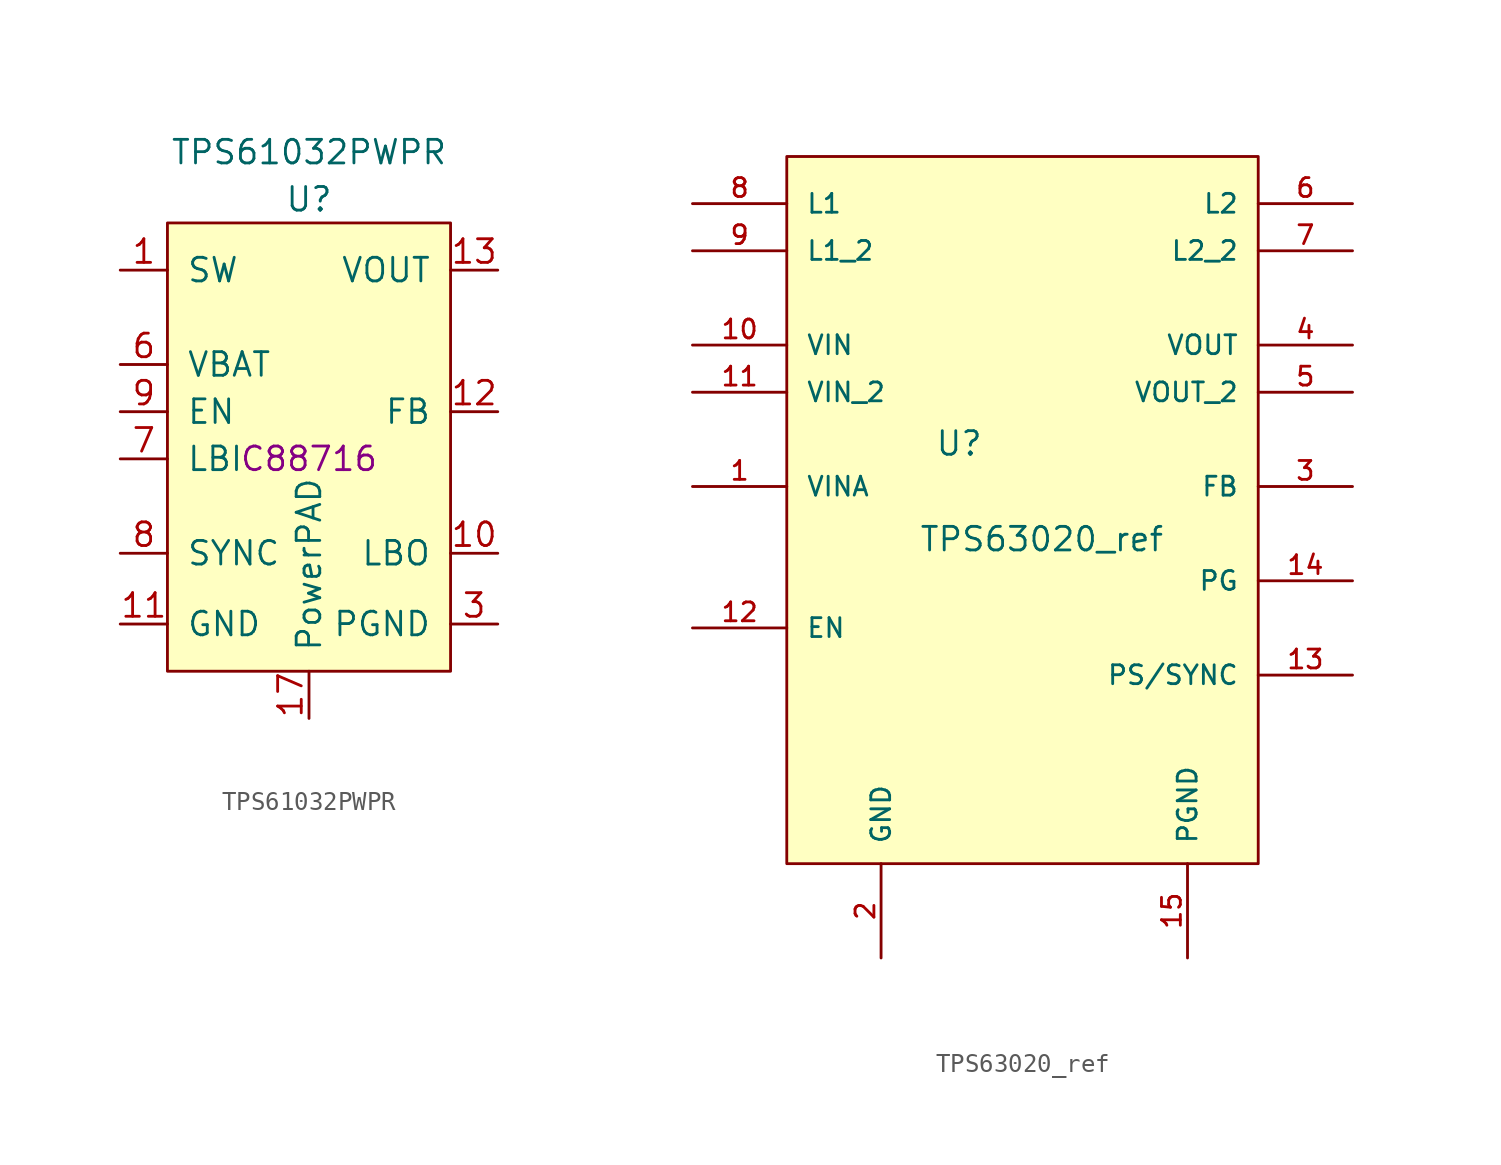
<source format=kicad_sym>
(kicad_symbol_lib
  (version 20211014)
  (generator kicad_symbol_editor)
  (symbol "TPS61032PWPR"
    (pin_names
      (offset 1.016))
    (property "Reference" "U"
      (at 0 13.97 0)
      (effects (font (size 1.27 1.27))))
    (property "Value" "TPS61032PWPR"
      (at 0 16.51 0)
      (effects (font (size 1.27 1.27))))
    (property "#LCSC" "C88716"
      (at 0 0 0)
      (effects (font (size 1.27 1.27))))
    (symbol "TPS61032PWPR_0_0"
      (pin no_connect line (at 10.16 6.35 180) (length 2.54) hide (name "NC" (effects (font (size 1.27 1.27)))) (number "16" (effects (font (size 1.27 1.27))))))
    (symbol "TPS61032PWPR_0_1"
      (rectangle (start -7.62 12.7) (end 7.62 -11.43) (stroke (width 0) (type default) (color 0 0 0 0)) (fill (type background))))
    (symbol "TPS61032PWPR_1_1"
      (pin input line (at -10.16 10.16 0) (length 2.54) (name "SW" (effects (font (size 1.27 1.27)))) (number "1" (effects (font (size 1.27 1.27)))))
      (pin output line (at 10.16 -5.08 180) (length 2.54) (name "LBO" (effects (font (size 1.27 1.27)))) (number "10" (effects (font (size 1.27 1.27)))))
      (pin power_in line (at -10.16 -8.89 0) (length 2.54) (name "GND" (effects (font (size 1.27 1.27)))) (number "11" (effects (font (size 1.27 1.27)))))
      (pin input line (at 10.16 2.54 180) (length 2.54) (name "FB" (effects (font (size 1.27 1.27)))) (number "12" (effects (font (size 1.27 1.27)))))
      (pin power_out line (at 10.16 10.16 180) (length 2.54) (name "VOUT" (effects (font (size 1.27 1.27)))) (number "13" (effects (font (size 1.27 1.27)))))
      (pin passive line (at 10.16 10.16 180) (length 2.54) hide (name "VOUT" (effects (font (size 1.27 1.27)))) (number "14" (effects (font (size 1.27 1.27)))))
      (pin passive line (at 10.16 10.16 180) (length 2.54) hide (name "VOUT" (effects (font (size 1.27 1.27)))) (number "15" (effects (font (size 1.27 1.27)))))
      (pin power_in line (at 0 -13.97 90) (length 2.54) (name "PowerPAD" (effects (font (size 1.27 1.27)))) (number "17" (effects (font (size 1.27 1.27)))))
      (pin input line (at -10.16 10.16 0) (length 2.54) hide (name "SW" (effects (font (size 1.27 1.27)))) (number "2" (effects (font (size 1.27 1.27)))))
      (pin power_in line (at 10.16 -8.89 180) (length 2.54) (name "PGND" (effects (font (size 1.27 1.27)))) (number "3" (effects (font (size 1.27 1.27)))))
      (pin passive line (at 10.16 -8.89 180) (length 2.54) hide (name "PGND" (effects (font (size 1.27 1.27)))) (number "4" (effects (font (size 1.27 1.27)))))
      (pin passive line (at 10.16 -8.89 180) (length 2.54) hide (name "PGND" (effects (font (size 1.27 1.27)))) (number "5" (effects (font (size 1.27 1.27)))))
      (pin power_in line (at -10.16 5.08 0) (length 2.54) (name "VBAT" (effects (font (size 1.27 1.27)))) (number "6" (effects (font (size 1.27 1.27)))))
      (pin input line (at -10.16 0 0) (length 2.54) (name "LBI" (effects (font (size 1.27 1.27)))) (number "7" (effects (font (size 1.27 1.27)))))
      (pin input line (at -10.16 -5.08 0) (length 2.54) (name "SYNC" (effects (font (size 1.27 1.27)))) (number "8" (effects (font (size 1.27 1.27)))))
      (pin input line (at -10.16 2.54 0) (length 2.54) (name "EN" (effects (font (size 1.27 1.27)))) (number "9" (effects (font (size 1.27 1.27)))))))
  (symbol "TPS63020_ref"
    (pin_names
      (offset 1.016))
    (property "Reference" "U"
      (at -4.724 4.115 0)
      (effects (font (size 1.27 1.27)) (justify left bottom)))
    (property "Value" "TPS63020_ref"
      (at -5.588 -1.041 0)
      (effects (font (size 1.27 1.27)) (justify left bottom)))
    (symbol "TPS63020_ref_0_0"
      (rectangle (start -12.7 -17.78) (end 12.7 20.32) (stroke (width 0.152) (type default) (color 0 0 0 0)) (fill (type background)))
      (pin bidirectional line (at -17.78 2.54 0) (length 5.08) (name "VINA" (effects (font (size 1.016 1.016)))) (number "1" (effects (font (size 1.016 1.016)))))
      (pin bidirectional line (at -17.78 10.16 0) (length 5.08) (name "VIN" (effects (font (size 1.016 1.016)))) (number "10" (effects (font (size 1.016 1.016)))))
      (pin bidirectional line (at -17.78 7.62 0) (length 5.08) (name "VIN_2" (effects (font (size 1.016 1.016)))) (number "11" (effects (font (size 1.016 1.016)))))
      (pin bidirectional line (at 17.78 -7.62 180) (length 5.08) (name "PS/SYNC" (effects (font (size 1.016 1.016)))) (number "13" (effects (font (size 1.016 1.016)))))
      (pin bidirectional line (at 17.78 -2.54 180) (length 5.08) (name "PG" (effects (font (size 1.016 1.016)))) (number "14" (effects (font (size 1.016 1.016)))))
      (pin bidirectional line (at 8.89 -22.86 90) (length 5.08) (name "PGND" (effects (font (size 1.016 1.016)))) (number "15" (effects (font (size 1.016 1.016)))))
      (pin bidirectional line (at -7.62 -22.86 90) (length 5.08) (name "GND" (effects (font (size 1.016 1.016)))) (number "2" (effects (font (size 1.016 1.016)))))
      (pin bidirectional line (at 17.78 2.54 180) (length 5.08) (name "FB" (effects (font (size 1.016 1.016)))) (number "3" (effects (font (size 1.016 1.016)))))
      (pin bidirectional line (at 17.78 10.16 180) (length 5.08) (name "VOUT" (effects (font (size 1.016 1.016)))) (number "4" (effects (font (size 1.016 1.016)))))
      (pin bidirectional line (at 17.78 7.62 180) (length 5.08) (name "VOUT_2" (effects (font (size 1.016 1.016)))) (number "5" (effects (font (size 1.016 1.016)))))
      (pin bidirectional line (at 17.78 17.78 180) (length 5.08) (name "L2" (effects (font (size 1.016 1.016)))) (number "6" (effects (font (size 1.016 1.016)))))
      (pin bidirectional line (at 17.78 15.24 180) (length 5.08) (name "L2_2" (effects (font (size 1.016 1.016)))) (number "7" (effects (font (size 1.016 1.016)))))
      (pin bidirectional line (at -17.78 17.78 0) (length 5.08) (name "L1" (effects (font (size 1.016 1.016)))) (number "8" (effects (font (size 1.016 1.016)))))
      (pin bidirectional line (at -17.78 15.24 0) (length 5.08) (name "L1_2" (effects (font (size 1.016 1.016)))) (number "9" (effects (font (size 1.016 1.016))))))
    (symbol "TPS63020_ref_0_1"
      (pin input line (at -17.78 -5.08 0) (length 5.08) (name "EN" (effects (font (size 1.016 1.016)))) (number "12" (effects (font (size 1.016 1.016))))))))
</source>
